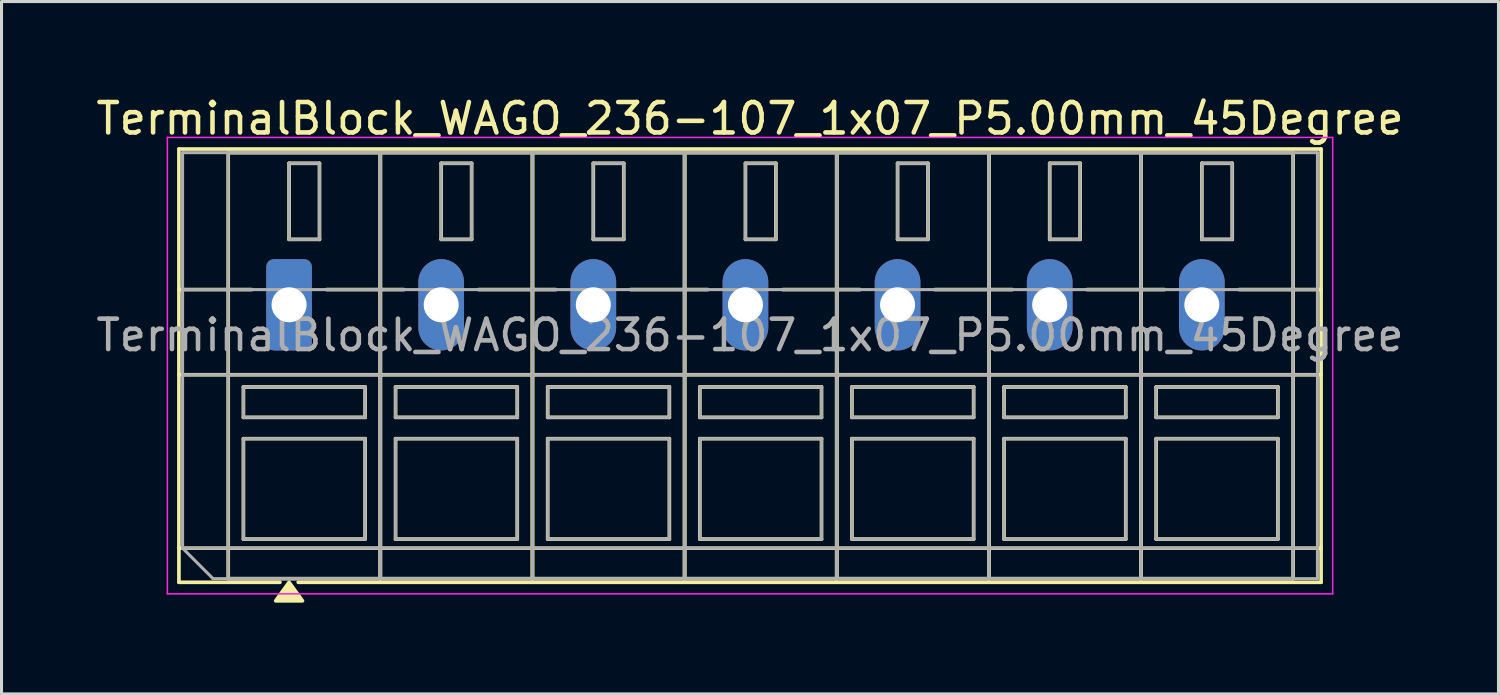
<source format=kicad_pcb>
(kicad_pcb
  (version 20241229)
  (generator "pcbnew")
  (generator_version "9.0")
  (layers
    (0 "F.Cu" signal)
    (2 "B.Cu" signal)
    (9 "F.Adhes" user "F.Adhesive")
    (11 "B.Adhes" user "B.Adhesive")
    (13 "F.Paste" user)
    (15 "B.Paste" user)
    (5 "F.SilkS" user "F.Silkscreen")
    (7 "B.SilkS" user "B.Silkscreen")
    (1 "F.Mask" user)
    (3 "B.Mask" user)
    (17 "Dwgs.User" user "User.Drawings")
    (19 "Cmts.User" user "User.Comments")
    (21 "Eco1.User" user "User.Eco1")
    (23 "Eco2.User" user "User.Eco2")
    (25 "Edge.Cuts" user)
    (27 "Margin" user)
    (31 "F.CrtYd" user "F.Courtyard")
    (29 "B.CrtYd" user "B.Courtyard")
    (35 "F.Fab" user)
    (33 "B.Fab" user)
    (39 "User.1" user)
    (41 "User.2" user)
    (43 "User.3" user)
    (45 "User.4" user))
  (footprint "TerminalBlock_WAGO_236-107_1x07_P5.00mm_45Degree"
    (layer "F.Cu")
    (at 6.451 6.968)
    (property "Reference" "TerminalBlock_WAGO_236-107_1x07_P5.00mm_45Degree" (at 15.15 -6.12 0) (layer "F.SilkS") (effects (font (size 1 1) (thickness 0.15))))
    (attr through_hole)
    (fp_line (start -3.62 -5.12) (end -3.62 9.12) (stroke (width 0.12) (type solid)) (layer "F.SilkS"))
    (fp_line (start -3.62 -5.12) (end 33.92 -5.12) (stroke (width 0.12) (type solid)) (layer "F.SilkS"))
    (fp_line (start -3.62 -0.5) (end -1.23 -0.5) (stroke (width 0.12) (type solid)) (layer "F.SilkS"))
    (fp_line (start -3.62 2.3) (end 33.92 2.3) (stroke (width 0.12) (type solid)) (layer "F.SilkS"))
    (fp_line (start -3.62 8) (end 33.92 8) (stroke (width 0.12) (type solid)) (layer "F.SilkS"))
    (fp_line (start -3.62 9.12) (end -0.3 9.12) (stroke (width 0.12) (type solid)) (layer "F.SilkS"))
    (fp_line (start -2 -5) (end -2 9) (stroke (width 0.12) (type solid)) (layer "F.SilkS"))
    (fp_line (start -2 -5) (end 3 -5) (stroke (width 0.12) (type solid)) (layer "F.SilkS"))
    (fp_line (start -2 9) (end 3 9) (stroke (width 0.12) (type solid)) (layer "F.SilkS"))
    (fp_line (start -1.5 2.7) (end -1.5 3.7) (stroke (width 0.12) (type solid)) (layer "F.SilkS"))
    (fp_line (start -1.5 2.7) (end 2.5 2.7) (stroke (width 0.12) (type solid)) (layer "F.SilkS"))
    (fp_line (start -1.5 3.7) (end 2.5 3.7) (stroke (width 0.12) (type solid)) (layer "F.SilkS"))
    (fp_line (start -1.5 4.4) (end -1.5 7.7) (stroke (width 0.12) (type solid)) (layer "F.SilkS"))
    (fp_line (start -1.5 4.4) (end 2.5 4.4) (stroke (width 0.12) (type solid)) (layer "F.SilkS"))
    (fp_line (start -1.5 7.7) (end 2.5 7.7) (stroke (width 0.12) (type solid)) (layer "F.SilkS"))
    (fp_line (start 0 -4.65) (end 0 -2.15) (stroke (width 0.12) (type solid)) (layer "F.SilkS"))
    (fp_line (start 0 -4.65) (end 1 -4.65) (stroke (width 0.12) (type solid)) (layer "F.SilkS"))
    (fp_line (start 0 -2.15) (end 1 -2.15) (stroke (width 0.12) (type solid)) (layer "F.SilkS"))
    (fp_line (start 0.3 9.12) (end 33.92 9.12) (stroke (width 0.12) (type solid)) (layer "F.SilkS"))
    (fp_line (start 1 -4.65) (end 1 -2.15) (stroke (width 0.12) (type solid)) (layer "F.SilkS"))
    (fp_line (start 1.23 -0.5) (end 3.77 -0.5) (stroke (width 0.12) (type solid)) (layer "F.SilkS"))
    (fp_line (start 2.5 2.7) (end 2.5 3.7) (stroke (width 0.12) (type solid)) (layer "F.SilkS"))
    (fp_line (start 2.5 4.4) (end 2.5 7.7) (stroke (width 0.12) (type solid)) (layer "F.SilkS"))
    (fp_line (start 3 -5) (end 3 9) (stroke (width 0.12) (type solid)) (layer "F.SilkS"))
    (fp_line (start 3 -5) (end 3 9) (stroke (width 0.12) (type solid)) (layer "F.SilkS"))
    (fp_line (start 3 -5) (end 8 -5) (stroke (width 0.12) (type solid)) (layer "F.SilkS"))
    (fp_line (start 3 9) (end 8 9) (stroke (width 0.12) (type solid)) (layer "F.SilkS"))
    (fp_line (start 3.5 2.7) (end 3.5 3.7) (stroke (width 0.12) (type solid)) (layer "F.SilkS"))
    (fp_line (start 3.5 2.7) (end 7.5 2.7) (stroke (width 0.12) (type solid)) (layer "F.SilkS"))
    (fp_line (start 3.5 3.7) (end 7.5 3.7) (stroke (width 0.12) (type solid)) (layer "F.SilkS"))
    (fp_line (start 3.5 4.4) (end 3.5 7.7) (stroke (width 0.12) (type solid)) (layer "F.SilkS"))
    (fp_line (start 3.5 4.4) (end 7.5 4.4) (stroke (width 0.12) (type solid)) (layer "F.SilkS"))
    (fp_line (start 3.5 7.7) (end 7.5 7.7) (stroke (width 0.12) (type solid)) (layer "F.SilkS"))
    (fp_line (start 5 -4.65) (end 5 -2.15) (stroke (width 0.12) (type solid)) (layer "F.SilkS"))
    (fp_line (start 5 -4.65) (end 6 -4.65) (stroke (width 0.12) (type solid)) (layer "F.SilkS"))
    (fp_line (start 5 -2.15) (end 6 -2.15) (stroke (width 0.12) (type solid)) (layer "F.SilkS"))
    (fp_line (start 6 -4.65) (end 6 -2.15) (stroke (width 0.12) (type solid)) (layer "F.SilkS"))
    (fp_line (start 6.23 -0.5) (end 8.77 -0.5) (stroke (width 0.12) (type solid)) (layer "F.SilkS"))
    (fp_line (start 7.5 2.7) (end 7.5 3.7) (stroke (width 0.12) (type solid)) (layer "F.SilkS"))
    (fp_line (start 7.5 4.4) (end 7.5 7.7) (stroke (width 0.12) (type solid)) (layer "F.SilkS"))
    (fp_line (start 8 -5) (end 8 9) (stroke (width 0.12) (type solid)) (layer "F.SilkS"))
    (fp_line (start 8 -5) (end 8 9) (stroke (width 0.12) (type solid)) (layer "F.SilkS"))
    (fp_line (start 8 -5) (end 13 -5) (stroke (width 0.12) (type solid)) (layer "F.SilkS"))
    (fp_line (start 8 9) (end 13 9) (stroke (width 0.12) (type solid)) (layer "F.SilkS"))
    (fp_line (start 8.5 2.7) (end 8.5 3.7) (stroke (width 0.12) (type solid)) (layer "F.SilkS"))
    (fp_line (start 8.5 2.7) (end 12.5 2.7) (stroke (width 0.12) (type solid)) (layer "F.SilkS"))
    (fp_line (start 8.5 3.7) (end 12.5 3.7) (stroke (width 0.12) (type solid)) (layer "F.SilkS"))
    (fp_line (start 8.5 4.4) (end 8.5 7.7) (stroke (width 0.12) (type solid)) (layer "F.SilkS"))
    (fp_line (start 8.5 4.4) (end 12.5 4.4) (stroke (width 0.12) (type solid)) (layer "F.SilkS"))
    (fp_line (start 8.5 7.7) (end 12.5 7.7) (stroke (width 0.12) (type solid)) (layer "F.SilkS"))
    (fp_line (start 10 -4.65) (end 10 -2.15) (stroke (width 0.12) (type solid)) (layer "F.SilkS"))
    (fp_line (start 10 -4.65) (end 11 -4.65) (stroke (width 0.12) (type solid)) (layer "F.SilkS"))
    (fp_line (start 10 -2.15) (end 11 -2.15) (stroke (width 0.12) (type solid)) (layer "F.SilkS"))
    (fp_line (start 11 -4.65) (end 11 -2.15) (stroke (width 0.12) (type solid)) (layer "F.SilkS"))
    (fp_line (start 11.23 -0.5) (end 13.77 -0.5) (stroke (width 0.12) (type solid)) (layer "F.SilkS"))
    (fp_line (start 12.5 2.7) (end 12.5 3.7) (stroke (width 0.12) (type solid)) (layer "F.SilkS"))
    (fp_line (start 12.5 4.4) (end 12.5 7.7) (stroke (width 0.12) (type solid)) (layer "F.SilkS"))
    (fp_line (start 13 -5) (end 13 9) (stroke (width 0.12) (type solid)) (layer "F.SilkS"))
    (fp_line (start 13 -5) (end 13 9) (stroke (width 0.12) (type solid)) (layer "F.SilkS"))
    (fp_line (start 13 -5) (end 18 -5) (stroke (width 0.12) (type solid)) (layer "F.SilkS"))
    (fp_line (start 13 9) (end 18 9) (stroke (width 0.12) (type solid)) (layer "F.SilkS"))
    (fp_line (start 13.5 2.7) (end 13.5 3.7) (stroke (width 0.12) (type solid)) (layer "F.SilkS"))
    (fp_line (start 13.5 2.7) (end 17.5 2.7) (stroke (width 0.12) (type solid)) (layer "F.SilkS"))
    (fp_line (start 13.5 3.7) (end 17.5 3.7) (stroke (width 0.12) (type solid)) (layer "F.SilkS"))
    (fp_line (start 13.5 4.4) (end 13.5 7.7) (stroke (width 0.12) (type solid)) (layer "F.SilkS"))
    (fp_line (start 13.5 4.4) (end 17.5 4.4) (stroke (width 0.12) (type solid)) (layer "F.SilkS"))
    (fp_line (start 13.5 7.7) (end 17.5 7.7) (stroke (width 0.12) (type solid)) (layer "F.SilkS"))
    (fp_line (start 15 -4.65) (end 15 -2.15) (stroke (width 0.12) (type solid)) (layer "F.SilkS"))
    (fp_line (start 15 -4.65) (end 16 -4.65) (stroke (width 0.12) (type solid)) (layer "F.SilkS"))
    (fp_line (start 15 -2.15) (end 16 -2.15) (stroke (width 0.12) (type solid)) (layer "F.SilkS"))
    (fp_line (start 16 -4.65) (end 16 -2.15) (stroke (width 0.12) (type solid)) (layer "F.SilkS"))
    (fp_line (start 16.23 -0.5) (end 18.77 -0.5) (stroke (width 0.12) (type solid)) (layer "F.SilkS"))
    (fp_line (start 17.5 2.7) (end 17.5 3.7) (stroke (width 0.12) (type solid)) (layer "F.SilkS"))
    (fp_line (start 17.5 4.4) (end 17.5 7.7) (stroke (width 0.12) (type solid)) (layer "F.SilkS"))
    (fp_line (start 18 -5) (end 18 9) (stroke (width 0.12) (type solid)) (layer "F.SilkS"))
    (fp_line (start 18 -5) (end 18 9) (stroke (width 0.12) (type solid)) (layer "F.SilkS"))
    (fp_line (start 18 -5) (end 23 -5) (stroke (width 0.12) (type solid)) (layer "F.SilkS"))
    (fp_line (start 18 9) (end 23 9) (stroke (width 0.12) (type solid)) (layer "F.SilkS"))
    (fp_line (start 18.5 2.7) (end 18.5 3.7) (stroke (width 0.12) (type solid)) (layer "F.SilkS"))
    (fp_line (start 18.5 2.7) (end 22.5 2.7) (stroke (width 0.12) (type solid)) (layer "F.SilkS"))
    (fp_line (start 18.5 3.7) (end 22.5 3.7) (stroke (width 0.12) (type solid)) (layer "F.SilkS"))
    (fp_line (start 18.5 4.4) (end 18.5 7.7) (stroke (width 0.12) (type solid)) (layer "F.SilkS"))
    (fp_line (start 18.5 4.4) (end 22.5 4.4) (stroke (width 0.12) (type solid)) (layer "F.SilkS"))
    (fp_line (start 18.5 7.7) (end 22.5 7.7) (stroke (width 0.12) (type solid)) (layer "F.SilkS"))
    (fp_line (start 20 -4.65) (end 20 -2.15) (stroke (width 0.12) (type solid)) (layer "F.SilkS"))
    (fp_line (start 20 -4.65) (end 21 -4.65) (stroke (width 0.12) (type solid)) (layer "F.SilkS"))
    (fp_line (start 20 -2.15) (end 21 -2.15) (stroke (width 0.12) (type solid)) (layer "F.SilkS"))
    (fp_line (start 21 -4.65) (end 21 -2.15) (stroke (width 0.12) (type solid)) (layer "F.SilkS"))
    (fp_line (start 21.23 -0.5) (end 23.77 -0.5) (stroke (width 0.12) (type solid)) (layer "F.SilkS"))
    (fp_line (start 22.5 2.7) (end 22.5 3.7) (stroke (width 0.12) (type solid)) (layer "F.SilkS"))
    (fp_line (start 22.5 4.4) (end 22.5 7.7) (stroke (width 0.12) (type solid)) (layer "F.SilkS"))
    (fp_line (start 23 -5) (end 23 9) (stroke (width 0.12) (type solid)) (layer "F.SilkS"))
    (fp_line (start 23 -5) (end 23 9) (stroke (width 0.12) (type solid)) (layer "F.SilkS"))
    (fp_line (start 23 -5) (end 28 -5) (stroke (width 0.12) (type solid)) (layer "F.SilkS"))
    (fp_line (start 23 9) (end 28 9) (stroke (width 0.12) (type solid)) (layer "F.SilkS"))
    (fp_line (start 23.5 2.7) (end 23.5 3.7) (stroke (width 0.12) (type solid)) (layer "F.SilkS"))
    (fp_line (start 23.5 2.7) (end 27.5 2.7) (stroke (width 0.12) (type solid)) (layer "F.SilkS"))
    (fp_line (start 23.5 3.7) (end 27.5 3.7) (stroke (width 0.12) (type solid)) (layer "F.SilkS"))
    (fp_line (start 23.5 4.4) (end 23.5 7.7) (stroke (width 0.12) (type solid)) (layer "F.SilkS"))
    (fp_line (start 23.5 4.4) (end 27.5 4.4) (stroke (width 0.12) (type solid)) (layer "F.SilkS"))
    (fp_line (start 23.5 7.7) (end 27.5 7.7) (stroke (width 0.12) (type solid)) (layer "F.SilkS"))
    (fp_line (start 25 -4.65) (end 25 -2.15) (stroke (width 0.12) (type solid)) (layer "F.SilkS"))
    (fp_line (start 25 -4.65) (end 26 -4.65) (stroke (width 0.12) (type solid)) (layer "F.SilkS"))
    (fp_line (start 25 -2.15) (end 26 -2.15) (stroke (width 0.12) (type solid)) (layer "F.SilkS"))
    (fp_line (start 26 -4.65) (end 26 -2.15) (stroke (width 0.12) (type solid)) (layer "F.SilkS"))
    (fp_line (start 26.23 -0.5) (end 28.77 -0.5) (stroke (width 0.12) (type solid)) (layer "F.SilkS"))
    (fp_line (start 27.5 2.7) (end 27.5 3.7) (stroke (width 0.12) (type solid)) (layer "F.SilkS"))
    (fp_line (start 27.5 4.4) (end 27.5 7.7) (stroke (width 0.12) (type solid)) (layer "F.SilkS"))
    (fp_line (start 28 -5) (end 28 9) (stroke (width 0.12) (type solid)) (layer "F.SilkS"))
    (fp_line (start 28 -5) (end 28 9) (stroke (width 0.12) (type solid)) (layer "F.SilkS"))
    (fp_line (start 28 -5) (end 33 -5) (stroke (width 0.12) (type solid)) (layer "F.SilkS"))
    (fp_line (start 28 9) (end 33 9) (stroke (width 0.12) (type solid)) (layer "F.SilkS"))
    (fp_line (start 28.5 2.7) (end 28.5 3.7) (stroke (width 0.12) (type solid)) (layer "F.SilkS"))
    (fp_line (start 28.5 2.7) (end 32.5 2.7) (stroke (width 0.12) (type solid)) (layer "F.SilkS"))
    (fp_line (start 28.5 3.7) (end 32.5 3.7) (stroke (width 0.12) (type solid)) (layer "F.SilkS"))
    (fp_line (start 28.5 4.4) (end 28.5 7.7) (stroke (width 0.12) (type solid)) (layer "F.SilkS"))
    (fp_line (start 28.5 4.4) (end 32.5 4.4) (stroke (width 0.12) (type solid)) (layer "F.SilkS"))
    (fp_line (start 28.5 7.7) (end 32.5 7.7) (stroke (width 0.12) (type solid)) (layer "F.SilkS"))
    (fp_line (start 30 -4.65) (end 30 -2.15) (stroke (width 0.12) (type solid)) (layer "F.SilkS"))
    (fp_line (start 30 -4.65) (end 31 -4.65) (stroke (width 0.12) (type solid)) (layer "F.SilkS"))
    (fp_line (start 30 -2.15) (end 31 -2.15) (stroke (width 0.12) (type solid)) (layer "F.SilkS"))
    (fp_line (start 31 -4.65) (end 31 -2.15) (stroke (width 0.12) (type solid)) (layer "F.SilkS"))
    (fp_line (start 31.23 -0.5) (end 33.92 -0.5) (stroke (width 0.12) (type solid)) (layer "F.SilkS"))
    (fp_line (start 32.5 2.7) (end 32.5 3.7) (stroke (width 0.12) (type solid)) (layer "F.SilkS"))
    (fp_line (start 32.5 4.4) (end 32.5 7.7) (stroke (width 0.12) (type solid)) (layer "F.SilkS"))
    (fp_line (start 33 -5) (end 33 9) (stroke (width 0.12) (type solid)) (layer "F.SilkS"))
    (fp_line (start 33.92 -5.12) (end 33.92 9.12) (stroke (width 0.12) (type solid)) (layer "F.SilkS"))
    (fp_poly (pts (xy 0 9.12) (xy 0.44 9.73) (xy -0.44 9.73)) (stroke (width 0.12) (type solid)) (fill yes) (layer "F.SilkS"))
    (fp_line (start -4 -5.5) (end -4 9.5) (stroke (width 0.05) (type solid)) (layer "F.CrtYd"))
    (fp_line (start -4 9.5) (end 34.3 9.5) (stroke (width 0.05) (type solid)) (layer "F.CrtYd"))
    (fp_line (start 34.3 -5.5) (end -4 -5.5) (stroke (width 0.05) (type solid)) (layer "F.CrtYd"))
    (fp_line (start 34.3 9.5) (end 34.3 -5.5) (stroke (width 0.05) (type solid)) (layer "F.CrtYd"))
    (fp_line (start -3.5 -5) (end 33.8 -5) (stroke (width 0.1) (type solid)) (layer "F.Fab"))
    (fp_line (start -3.5 -0.5) (end 33.8 -0.5) (stroke (width 0.1) (type solid)) (layer "F.Fab"))
    (fp_line (start -3.5 2.3) (end 33.8 2.3) (stroke (width 0.1) (type solid)) (layer "F.Fab"))
    (fp_line (start -3.5 8) (end -3.5 -5) (stroke (width 0.1) (type solid)) (layer "F.Fab"))
    (fp_line (start -3.5 8) (end 33.8 8) (stroke (width 0.1) (type solid)) (layer "F.Fab"))
    (fp_line (start -2.5 9) (end -3.5 8) (stroke (width 0.1) (type solid)) (layer "F.Fab"))
    (fp_line (start -2 -5) (end -2 9) (stroke (width 0.1) (type solid)) (layer "F.Fab"))
    (fp_line (start -2 9) (end 3 9) (stroke (width 0.1) (type solid)) (layer "F.Fab"))
    (fp_line (start -1.5 2.7) (end -1.5 3.7) (stroke (width 0.1) (type solid)) (layer "F.Fab"))
    (fp_line (start -1.5 3.7) (end 2.5 3.7) (stroke (width 0.1) (type solid)) (layer "F.Fab"))
    (fp_line (start -1.5 4.4) (end -1.5 7.7) (stroke (width 0.1) (type solid)) (layer "F.Fab"))
    (fp_line (start -1.5 7.7) (end 2.5 7.7) (stroke (width 0.1) (type solid)) (layer "F.Fab"))
    (fp_line (start 0 -4.65) (end 0 -2.15) (stroke (width 0.1) (type solid)) (layer "F.Fab"))
    (fp_line (start 0 -2.15) (end 1 -2.15) (stroke (width 0.1) (type solid)) (layer "F.Fab"))
    (fp_line (start 1 -4.65) (end 0 -4.65) (stroke (width 0.1) (type solid)) (layer "F.Fab"))
    (fp_line (start 1 -2.15) (end 1 -4.65) (stroke (width 0.1) (type solid)) (layer "F.Fab"))
    (fp_line (start 2.5 2.7) (end -1.5 2.7) (stroke (width 0.1) (type solid)) (layer "F.Fab"))
    (fp_line (start 2.5 3.7) (end 2.5 2.7) (stroke (width 0.1) (type solid)) (layer "F.Fab"))
    (fp_line (start 2.5 4.4) (end -1.5 4.4) (stroke (width 0.1) (type solid)) (layer "F.Fab"))
    (fp_line (start 2.5 7.7) (end 2.5 4.4) (stroke (width 0.1) (type solid)) (layer "F.Fab"))
    (fp_line (start 3 -5) (end -2 -5) (stroke (width 0.1) (type solid)) (layer "F.Fab"))
    (fp_line (start 3 -5) (end 3 9) (stroke (width 0.1) (type solid)) (layer "F.Fab"))
    (fp_line (start 3 9) (end 3 -5) (stroke (width 0.1) (type solid)) (layer "F.Fab"))
    (fp_line (start 3 9) (end 8 9) (stroke (width 0.1) (type solid)) (layer "F.Fab"))
    (fp_line (start 3.5 2.7) (end 3.5 3.7) (stroke (width 0.1) (type solid)) (layer "F.Fab"))
    (fp_line (start 3.5 3.7) (end 7.5 3.7) (stroke (width 0.1) (type solid)) (layer "F.Fab"))
    (fp_line (start 3.5 4.4) (end 3.5 7.7) (stroke (width 0.1) (type solid)) (layer "F.Fab"))
    (fp_line (start 3.5 7.7) (end 7.5 7.7) (stroke (width 0.1) (type solid)) (layer "F.Fab"))
    (fp_line (start 5 -4.65) (end 5 -2.15) (stroke (width 0.1) (type solid)) (layer "F.Fab"))
    (fp_line (start 5 -2.15) (end 6 -2.15) (stroke (width 0.1) (type solid)) (layer "F.Fab"))
    (fp_line (start 6 -4.65) (end 5 -4.65) (stroke (width 0.1) (type solid)) (layer "F.Fab"))
    (fp_line (start 6 -2.15) (end 6 -4.65) (stroke (width 0.1) (type solid)) (layer "F.Fab"))
    (fp_line (start 7.5 2.7) (end 3.5 2.7) (stroke (width 0.1) (type solid)) (layer "F.Fab"))
    (fp_line (start 7.5 3.7) (end 7.5 2.7) (stroke (width 0.1) (type solid)) (layer "F.Fab"))
    (fp_line (start 7.5 4.4) (end 3.5 4.4) (stroke (width 0.1) (type solid)) (layer "F.Fab"))
    (fp_line (start 7.5 7.7) (end 7.5 4.4) (stroke (width 0.1) (type solid)) (layer "F.Fab"))
    (fp_line (start 8 -5) (end 3 -5) (stroke (width 0.1) (type solid)) (layer "F.Fab"))
    (fp_line (start 8 -5) (end 8 9) (stroke (width 0.1) (type solid)) (layer "F.Fab"))
    (fp_line (start 8 9) (end 8 -5) (stroke (width 0.1) (type solid)) (layer "F.Fab"))
    (fp_line (start 8 9) (end 13 9) (stroke (width 0.1) (type solid)) (layer "F.Fab"))
    (fp_line (start 8.5 2.7) (end 8.5 3.7) (stroke (width 0.1) (type solid)) (layer "F.Fab"))
    (fp_line (start 8.5 3.7) (end 12.5 3.7) (stroke (width 0.1) (type solid)) (layer "F.Fab"))
    (fp_line (start 8.5 4.4) (end 8.5 7.7) (stroke (width 0.1) (type solid)) (layer "F.Fab"))
    (fp_line (start 8.5 7.7) (end 12.5 7.7) (stroke (width 0.1) (type solid)) (layer "F.Fab"))
    (fp_line (start 10 -4.65) (end 10 -2.15) (stroke (width 0.1) (type solid)) (layer "F.Fab"))
    (fp_line (start 10 -2.15) (end 11 -2.15) (stroke (width 0.1) (type solid)) (layer "F.Fab"))
    (fp_line (start 11 -4.65) (end 10 -4.65) (stroke (width 0.1) (type solid)) (layer "F.Fab"))
    (fp_line (start 11 -2.15) (end 11 -4.65) (stroke (width 0.1) (type solid)) (layer "F.Fab"))
    (fp_line (start 12.5 2.7) (end 8.5 2.7) (stroke (width 0.1) (type solid)) (layer "F.Fab"))
    (fp_line (start 12.5 3.7) (end 12.5 2.7) (stroke (width 0.1) (type solid)) (layer "F.Fab"))
    (fp_line (start 12.5 4.4) (end 8.5 4.4) (stroke (width 0.1) (type solid)) (layer "F.Fab"))
    (fp_line (start 12.5 7.7) (end 12.5 4.4) (stroke (width 0.1) (type solid)) (layer "F.Fab"))
    (fp_line (start 13 -5) (end 8 -5) (stroke (width 0.1) (type solid)) (layer "F.Fab"))
    (fp_line (start 13 -5) (end 13 9) (stroke (width 0.1) (type solid)) (layer "F.Fab"))
    (fp_line (start 13 9) (end 13 -5) (stroke (width 0.1) (type solid)) (layer "F.Fab"))
    (fp_line (start 13 9) (end 18 9) (stroke (width 0.1) (type solid)) (layer "F.Fab"))
    (fp_line (start 13.5 2.7) (end 13.5 3.7) (stroke (width 0.1) (type solid)) (layer "F.Fab"))
    (fp_line (start 13.5 3.7) (end 17.5 3.7) (stroke (width 0.1) (type solid)) (layer "F.Fab"))
    (fp_line (start 13.5 4.4) (end 13.5 7.7) (stroke (width 0.1) (type solid)) (layer "F.Fab"))
    (fp_line (start 13.5 7.7) (end 17.5 7.7) (stroke (width 0.1) (type solid)) (layer "F.Fab"))
    (fp_line (start 15 -4.65) (end 15 -2.15) (stroke (width 0.1) (type solid)) (layer "F.Fab"))
    (fp_line (start 15 -2.15) (end 16 -2.15) (stroke (width 0.1) (type solid)) (layer "F.Fab"))
    (fp_line (start 16 -4.65) (end 15 -4.65) (stroke (width 0.1) (type solid)) (layer "F.Fab"))
    (fp_line (start 16 -2.15) (end 16 -4.65) (stroke (width 0.1) (type solid)) (layer "F.Fab"))
    (fp_line (start 17.5 2.7) (end 13.5 2.7) (stroke (width 0.1) (type solid)) (layer "F.Fab"))
    (fp_line (start 17.5 3.7) (end 17.5 2.7) (stroke (width 0.1) (type solid)) (layer "F.Fab"))
    (fp_line (start 17.5 4.4) (end 13.5 4.4) (stroke (width 0.1) (type solid)) (layer "F.Fab"))
    (fp_line (start 17.5 7.7) (end 17.5 4.4) (stroke (width 0.1) (type solid)) (layer "F.Fab"))
    (fp_line (start 18 -5) (end 13 -5) (stroke (width 0.1) (type solid)) (layer "F.Fab"))
    (fp_line (start 18 -5) (end 18 9) (stroke (width 0.1) (type solid)) (layer "F.Fab"))
    (fp_line (start 18 9) (end 18 -5) (stroke (width 0.1) (type solid)) (layer "F.Fab"))
    (fp_line (start 18 9) (end 23 9) (stroke (width 0.1) (type solid)) (layer "F.Fab"))
    (fp_line (start 18.5 2.7) (end 18.5 3.7) (stroke (width 0.1) (type solid)) (layer "F.Fab"))
    (fp_line (start 18.5 3.7) (end 22.5 3.7) (stroke (width 0.1) (type solid)) (layer "F.Fab"))
    (fp_line (start 18.5 4.4) (end 18.5 7.7) (stroke (width 0.1) (type solid)) (layer "F.Fab"))
    (fp_line (start 18.5 7.7) (end 22.5 7.7) (stroke (width 0.1) (type solid)) (layer "F.Fab"))
    (fp_line (start 20 -4.65) (end 20 -2.15) (stroke (width 0.1) (type solid)) (layer "F.Fab"))
    (fp_line (start 20 -2.15) (end 21 -2.15) (stroke (width 0.1) (type solid)) (layer "F.Fab"))
    (fp_line (start 21 -4.65) (end 20 -4.65) (stroke (width 0.1) (type solid)) (layer "F.Fab"))
    (fp_line (start 21 -2.15) (end 21 -4.65) (stroke (width 0.1) (type solid)) (layer "F.Fab"))
    (fp_line (start 22.5 2.7) (end 18.5 2.7) (stroke (width 0.1) (type solid)) (layer "F.Fab"))
    (fp_line (start 22.5 3.7) (end 22.5 2.7) (stroke (width 0.1) (type solid)) (layer "F.Fab"))
    (fp_line (start 22.5 4.4) (end 18.5 4.4) (stroke (width 0.1) (type solid)) (layer "F.Fab"))
    (fp_line (start 22.5 7.7) (end 22.5 4.4) (stroke (width 0.1) (type solid)) (layer "F.Fab"))
    (fp_line (start 23 -5) (end 18 -5) (stroke (width 0.1) (type solid)) (layer "F.Fab"))
    (fp_line (start 23 -5) (end 23 9) (stroke (width 0.1) (type solid)) (layer "F.Fab"))
    (fp_line (start 23 9) (end 23 -5) (stroke (width 0.1) (type solid)) (layer "F.Fab"))
    (fp_line (start 23 9) (end 28 9) (stroke (width 0.1) (type solid)) (layer "F.Fab"))
    (fp_line (start 23.5 2.7) (end 23.5 3.7) (stroke (width 0.1) (type solid)) (layer "F.Fab"))
    (fp_line (start 23.5 3.7) (end 27.5 3.7) (stroke (width 0.1) (type solid)) (layer "F.Fab"))
    (fp_line (start 23.5 4.4) (end 23.5 7.7) (stroke (width 0.1) (type solid)) (layer "F.Fab"))
    (fp_line (start 23.5 7.7) (end 27.5 7.7) (stroke (width 0.1) (type solid)) (layer "F.Fab"))
    (fp_line (start 25 -4.65) (end 25 -2.15) (stroke (width 0.1) (type solid)) (layer "F.Fab"))
    (fp_line (start 25 -2.15) (end 26 -2.15) (stroke (width 0.1) (type solid)) (layer "F.Fab"))
    (fp_line (start 26 -4.65) (end 25 -4.65) (stroke (width 0.1) (type solid)) (layer "F.Fab"))
    (fp_line (start 26 -2.15) (end 26 -4.65) (stroke (width 0.1) (type solid)) (layer "F.Fab"))
    (fp_line (start 27.5 2.7) (end 23.5 2.7) (stroke (width 0.1) (type solid)) (layer "F.Fab"))
    (fp_line (start 27.5 3.7) (end 27.5 2.7) (stroke (width 0.1) (type solid)) (layer "F.Fab"))
    (fp_line (start 27.5 4.4) (end 23.5 4.4) (stroke (width 0.1) (type solid)) (layer "F.Fab"))
    (fp_line (start 27.5 7.7) (end 27.5 4.4) (stroke (width 0.1) (type solid)) (layer "F.Fab"))
    (fp_line (start 28 -5) (end 23 -5) (stroke (width 0.1) (type solid)) (layer "F.Fab"))
    (fp_line (start 28 -5) (end 28 9) (stroke (width 0.1) (type solid)) (layer "F.Fab"))
    (fp_line (start 28 9) (end 28 -5) (stroke (width 0.1) (type solid)) (layer "F.Fab"))
    (fp_line (start 28 9) (end 33 9) (stroke (width 0.1) (type solid)) (layer "F.Fab"))
    (fp_line (start 28.5 2.7) (end 28.5 3.7) (stroke (width 0.1) (type solid)) (layer "F.Fab"))
    (fp_line (start 28.5 3.7) (end 32.5 3.7) (stroke (width 0.1) (type solid)) (layer "F.Fab"))
    (fp_line (start 28.5 4.4) (end 28.5 7.7) (stroke (width 0.1) (type solid)) (layer "F.Fab"))
    (fp_line (start 28.5 7.7) (end 32.5 7.7) (stroke (width 0.1) (type solid)) (layer "F.Fab"))
    (fp_line (start 30 -4.65) (end 30 -2.15) (stroke (width 0.1) (type solid)) (layer "F.Fab"))
    (fp_line (start 30 -2.15) (end 31 -2.15) (stroke (width 0.1) (type solid)) (layer "F.Fab"))
    (fp_line (start 31 -4.65) (end 30 -4.65) (stroke (width 0.1) (type solid)) (layer "F.Fab"))
    (fp_line (start 31 -2.15) (end 31 -4.65) (stroke (width 0.1) (type solid)) (layer "F.Fab"))
    (fp_line (start 32.5 2.7) (end 28.5 2.7) (stroke (width 0.1) (type solid)) (layer "F.Fab"))
    (fp_line (start 32.5 3.7) (end 32.5 2.7) (stroke (width 0.1) (type solid)) (layer "F.Fab"))
    (fp_line (start 32.5 4.4) (end 28.5 4.4) (stroke (width 0.1) (type solid)) (layer "F.Fab"))
    (fp_line (start 32.5 7.7) (end 32.5 4.4) (stroke (width 0.1) (type solid)) (layer "F.Fab"))
    (fp_line (start 33 -5) (end 28 -5) (stroke (width 0.1) (type solid)) (layer "F.Fab"))
    (fp_line (start 33 9) (end 33 -5) (stroke (width 0.1) (type solid)) (layer "F.Fab"))
    (fp_line (start 33.8 -5) (end 33.8 9) (stroke (width 0.1) (type solid)) (layer "F.Fab"))
    (fp_line (start 33.8 9) (end -2.5 9) (stroke (width 0.1) (type solid)) (layer "F.Fab"))
    (fp_text user "${REFERENCE}" (at 15.15 1 0) (layer "F.Fab") (effects (font (size 1 1) (thickness 0.15))))
    (pad "1" thru_hole roundrect (at 0 0) (size 1.5 3) (drill 1.15) (layers "*.Cu" "*.Mask") (roundrect_rratio 0.167))
    (pad "2" thru_hole oval (at 5 0) (size 1.5 3) (drill 1.15) (layers "*.Cu" "*.Mask"))
    (pad "3" thru_hole oval (at 10 0) (size 1.5 3) (drill 1.15) (layers "*.Cu" "*.Mask"))
    (pad "4" thru_hole oval (at 15 0) (size 1.5 3) (drill 1.15) (layers "*.Cu" "*.Mask"))
    (pad "5" thru_hole oval (at 20 0) (size 1.5 3) (drill 1.15) (layers "*.Cu" "*.Mask"))
    (pad "6" thru_hole oval (at 25 0) (size 1.5 3) (drill 1.15) (layers "*.Cu" "*.Mask"))
    (pad "7" thru_hole oval (at 30 0) (size 1.5 3) (drill 1.15) (layers "*.Cu" "*.Mask")))
  (gr_rect
    (start -3 -3)
    (end 46.202 19.758)
    (stroke (width 0.1) (type default))
    (fill no)
    (layer "Edge.Cuts")))
</source>
